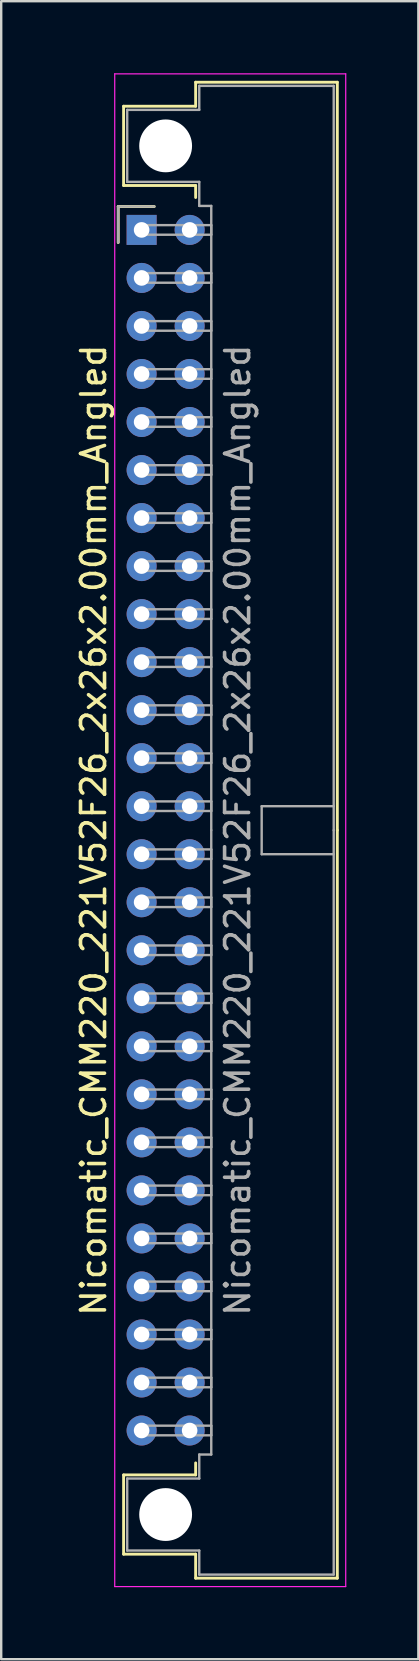
<source format=kicad_pcb>
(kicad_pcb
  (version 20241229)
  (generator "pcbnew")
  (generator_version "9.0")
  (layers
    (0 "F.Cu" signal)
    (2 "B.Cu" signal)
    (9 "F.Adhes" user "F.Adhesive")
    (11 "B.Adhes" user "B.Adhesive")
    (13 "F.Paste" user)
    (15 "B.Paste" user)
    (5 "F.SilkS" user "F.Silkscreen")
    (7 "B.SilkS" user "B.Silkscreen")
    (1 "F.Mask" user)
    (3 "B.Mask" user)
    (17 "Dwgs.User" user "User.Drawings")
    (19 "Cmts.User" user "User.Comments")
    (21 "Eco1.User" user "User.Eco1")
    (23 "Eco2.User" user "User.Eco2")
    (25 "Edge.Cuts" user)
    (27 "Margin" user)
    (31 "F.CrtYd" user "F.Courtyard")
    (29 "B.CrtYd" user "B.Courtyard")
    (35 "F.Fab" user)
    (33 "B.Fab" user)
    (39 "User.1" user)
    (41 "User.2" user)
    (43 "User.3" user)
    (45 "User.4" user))
  (footprint "Nicomatic_CMM220_221V52F26_2x26x2.00mm_Angled"
    (layer "F.Cu")
    (at 2.848 6.525)
    (property "Reference" "Nicomatic_CMM220_221V52F26_2x26x2.00mm_Angled" (at -2 25 90) (layer "F.SilkS") (effects (font (size 1 1) (thickness 0.15))))
    (attr through_hole)
    (fp_line (start -0.975 -0.975) (end -0.975 0.525) (stroke (width 0.12) (type solid)) (layer "F.SilkS"))
    (fp_line (start -0.75 -5.15) (end -0.75 -1.85) (stroke (width 0.12) (type solid)) (layer "F.SilkS"))
    (fp_line (start -0.75 -1.85) (end 2.25 -1.85) (stroke (width 0.12) (type solid)) (layer "F.SilkS"))
    (fp_line (start -0.75 51.85) (end 2.25 51.85) (stroke (width 0.12) (type solid)) (layer "F.SilkS"))
    (fp_line (start -0.75 55.15) (end -0.75 51.85) (stroke (width 0.12) (type solid)) (layer "F.SilkS"))
    (fp_line (start 0.525 -0.975) (end -0.975 -0.975) (stroke (width 0.12) (type solid)) (layer "F.SilkS"))
    (fp_line (start 2.25 -6.15) (end 2.25 -5.15) (stroke (width 0.12) (type solid)) (layer "F.SilkS"))
    (fp_line (start 2.25 -5.15) (end -0.75 -5.15) (stroke (width 0.12) (type solid)) (layer "F.SilkS"))
    (fp_line (start 2.25 -1.85) (end 2.25 -1.35) (stroke (width 0.12) (type solid)) (layer "F.SilkS"))
    (fp_line (start 2.25 51.85) (end 2.25 51.35) (stroke (width 0.12) (type solid)) (layer "F.SilkS"))
    (fp_line (start 2.25 55.15) (end -0.75 55.15) (stroke (width 0.12) (type solid)) (layer "F.SilkS"))
    (fp_line (start 2.25 56.15) (end 2.25 55.15) (stroke (width 0.12) (type solid)) (layer "F.SilkS"))
    (fp_line (start 8.15 -6.15) (end 2.25 -6.15) (stroke (width 0.12) (type solid)) (layer "F.SilkS"))
    (fp_line (start 8.15 25) (end 8.15 -6.15) (stroke (width 0.12) (type solid)) (layer "F.SilkS"))
    (fp_line (start 8.15 25) (end 8.15 56.15) (stroke (width 0.12) (type solid)) (layer "F.SilkS"))
    (fp_line (start 8.15 56.15) (end 2.25 56.15) (stroke (width 0.12) (type solid)) (layer "F.SilkS"))
    (fp_line (start -1.12 -6.5) (end -1.12 56.5) (stroke (width 0.05) (type solid)) (layer "F.CrtYd"))
    (fp_line (start -1.12 56.5) (end 8.5 56.5) (stroke (width 0.05) (type solid)) (layer "F.CrtYd"))
    (fp_line (start 8.5 -6.5) (end -1.12 -6.5) (stroke (width 0.05) (type solid)) (layer "F.CrtYd"))
    (fp_line (start 8.5 56.5) (end 8.5 -6.5) (stroke (width 0.05) (type solid)) (layer "F.CrtYd"))
    (fp_line (start -0.975 -0.975) (end -0.975 0.525) (stroke (width 0.1) (type solid)) (layer "F.Fab"))
    (fp_line (start -0.6 -5) (end -0.6 -2) (stroke (width 0.1) (type solid)) (layer "F.Fab"))
    (fp_line (start -0.6 -2) (end 2.4 -2) (stroke (width 0.1) (type solid)) (layer "F.Fab"))
    (fp_line (start -0.6 52) (end 2.4 52) (stroke (width 0.1) (type solid)) (layer "F.Fab"))
    (fp_line (start -0.6 55) (end -0.6 52) (stroke (width 0.1) (type solid)) (layer "F.Fab"))
    (fp_line (start 0 -0.2) (end 0 0.2) (stroke (width 0.1) (type solid)) (layer "F.Fab"))
    (fp_line (start 0 0.2) (end 2.9 0.2) (stroke (width 0.1) (type solid)) (layer "F.Fab"))
    (fp_line (start 0 1.8) (end 0 2.2) (stroke (width 0.1) (type solid)) (layer "F.Fab"))
    (fp_line (start 0 2.2) (end 2.9 2.2) (stroke (width 0.1) (type solid)) (layer "F.Fab"))
    (fp_line (start 0 3.8) (end 0 4.2) (stroke (width 0.1) (type solid)) (layer "F.Fab"))
    (fp_line (start 0 4.2) (end 2.9 4.2) (stroke (width 0.1) (type solid)) (layer "F.Fab"))
    (fp_line (start 0 5.8) (end 0 6.2) (stroke (width 0.1) (type solid)) (layer "F.Fab"))
    (fp_line (start 0 6.2) (end 2.9 6.2) (stroke (width 0.1) (type solid)) (layer "F.Fab"))
    (fp_line (start 0 7.8) (end 0 8.2) (stroke (width 0.1) (type solid)) (layer "F.Fab"))
    (fp_line (start 0 8.2) (end 2.9 8.2) (stroke (width 0.1) (type solid)) (layer "F.Fab"))
    (fp_line (start 0 9.8) (end 0 10.2) (stroke (width 0.1) (type solid)) (layer "F.Fab"))
    (fp_line (start 0 10.2) (end 2.9 10.2) (stroke (width 0.1) (type solid)) (layer "F.Fab"))
    (fp_line (start 0 11.8) (end 0 12.2) (stroke (width 0.1) (type solid)) (layer "F.Fab"))
    (fp_line (start 0 12.2) (end 2.9 12.2) (stroke (width 0.1) (type solid)) (layer "F.Fab"))
    (fp_line (start 0 13.8) (end 0 14.2) (stroke (width 0.1) (type solid)) (layer "F.Fab"))
    (fp_line (start 0 14.2) (end 2.9 14.2) (stroke (width 0.1) (type solid)) (layer "F.Fab"))
    (fp_line (start 0 15.8) (end 0 16.2) (stroke (width 0.1) (type solid)) (layer "F.Fab"))
    (fp_line (start 0 16.2) (end 2.9 16.2) (stroke (width 0.1) (type solid)) (layer "F.Fab"))
    (fp_line (start 0 17.8) (end 0 18.2) (stroke (width 0.1) (type solid)) (layer "F.Fab"))
    (fp_line (start 0 18.2) (end 2.9 18.2) (stroke (width 0.1) (type solid)) (layer "F.Fab"))
    (fp_line (start 0 19.8) (end 0 20.2) (stroke (width 0.1) (type solid)) (layer "F.Fab"))
    (fp_line (start 0 20.2) (end 2.9 20.2) (stroke (width 0.1) (type solid)) (layer "F.Fab"))
    (fp_line (start 0 21.8) (end 0 22.2) (stroke (width 0.1) (type solid)) (layer "F.Fab"))
    (fp_line (start 0 22.2) (end 2.9 22.2) (stroke (width 0.1) (type solid)) (layer "F.Fab"))
    (fp_line (start 0 23.8) (end 0 24.2) (stroke (width 0.1) (type solid)) (layer "F.Fab"))
    (fp_line (start 0 24.2) (end 2.9 24.2) (stroke (width 0.1) (type solid)) (layer "F.Fab"))
    (fp_line (start 0 25.8) (end 0 26.2) (stroke (width 0.1) (type solid)) (layer "F.Fab"))
    (fp_line (start 0 26.2) (end 2.9 26.2) (stroke (width 0.1) (type solid)) (layer "F.Fab"))
    (fp_line (start 0 27.8) (end 0 28.2) (stroke (width 0.1) (type solid)) (layer "F.Fab"))
    (fp_line (start 0 28.2) (end 2.9 28.2) (stroke (width 0.1) (type solid)) (layer "F.Fab"))
    (fp_line (start 0 29.8) (end 0 30.2) (stroke (width 0.1) (type solid)) (layer "F.Fab"))
    (fp_line (start 0 30.2) (end 2.9 30.2) (stroke (width 0.1) (type solid)) (layer "F.Fab"))
    (fp_line (start 0 31.8) (end 0 32.2) (stroke (width 0.1) (type solid)) (layer "F.Fab"))
    (fp_line (start 0 32.2) (end 2.9 32.2) (stroke (width 0.1) (type solid)) (layer "F.Fab"))
    (fp_line (start 0 33.8) (end 0 34.2) (stroke (width 0.1) (type solid)) (layer "F.Fab"))
    (fp_line (start 0 34.2) (end 2.9 34.2) (stroke (width 0.1) (type solid)) (layer "F.Fab"))
    (fp_line (start 0 35.8) (end 0 36.2) (stroke (width 0.1) (type solid)) (layer "F.Fab"))
    (fp_line (start 0 36.2) (end 2.9 36.2) (stroke (width 0.1) (type solid)) (layer "F.Fab"))
    (fp_line (start 0 37.8) (end 0 38.2) (stroke (width 0.1) (type solid)) (layer "F.Fab"))
    (fp_line (start 0 38.2) (end 2.9 38.2) (stroke (width 0.1) (type solid)) (layer "F.Fab"))
    (fp_line (start 0 39.8) (end 0 40.2) (stroke (width 0.1) (type solid)) (layer "F.Fab"))
    (fp_line (start 0 40.2) (end 2.9 40.2) (stroke (width 0.1) (type solid)) (layer "F.Fab"))
    (fp_line (start 0 41.8) (end 0 42.2) (stroke (width 0.1) (type solid)) (layer "F.Fab"))
    (fp_line (start 0 42.2) (end 2.9 42.2) (stroke (width 0.1) (type solid)) (layer "F.Fab"))
    (fp_line (start 0 43.8) (end 0 44.2) (stroke (width 0.1) (type solid)) (layer "F.Fab"))
    (fp_line (start 0 44.2) (end 2.9 44.2) (stroke (width 0.1) (type solid)) (layer "F.Fab"))
    (fp_line (start 0 45.8) (end 0 46.2) (stroke (width 0.1) (type solid)) (layer "F.Fab"))
    (fp_line (start 0 46.2) (end 2.9 46.2) (stroke (width 0.1) (type solid)) (layer "F.Fab"))
    (fp_line (start 0 47.8) (end 0 48.2) (stroke (width 0.1) (type solid)) (layer "F.Fab"))
    (fp_line (start 0 48.2) (end 2.9 48.2) (stroke (width 0.1) (type solid)) (layer "F.Fab"))
    (fp_line (start 0 49.8) (end 0 50.2) (stroke (width 0.1) (type solid)) (layer "F.Fab"))
    (fp_line (start 0 50.2) (end 2.9 50.2) (stroke (width 0.1) (type solid)) (layer "F.Fab"))
    (fp_line (start 0.525 -0.975) (end -0.975 -0.975) (stroke (width 0.1) (type solid)) (layer "F.Fab"))
    (fp_line (start 2.4 -6) (end 2.4 -5) (stroke (width 0.1) (type solid)) (layer "F.Fab"))
    (fp_line (start 2.4 -5) (end -0.6 -5) (stroke (width 0.1) (type solid)) (layer "F.Fab"))
    (fp_line (start 2.4 -2) (end 2.4 -1) (stroke (width 0.1) (type solid)) (layer "F.Fab"))
    (fp_line (start 2.4 -1) (end 2.9 -1) (stroke (width 0.1) (type solid)) (layer "F.Fab"))
    (fp_line (start 2.4 51) (end 2.9 51) (stroke (width 0.1) (type solid)) (layer "F.Fab"))
    (fp_line (start 2.4 52) (end 2.4 51) (stroke (width 0.1) (type solid)) (layer "F.Fab"))
    (fp_line (start 2.4 55) (end -0.6 55) (stroke (width 0.1) (type solid)) (layer "F.Fab"))
    (fp_line (start 2.4 56) (end 2.4 55) (stroke (width 0.1) (type solid)) (layer "F.Fab"))
    (fp_line (start 2.9 -1) (end 2.9 25) (stroke (width 0.1) (type solid)) (layer "F.Fab"))
    (fp_line (start 2.9 -0.2) (end 0 -0.2) (stroke (width 0.1) (type solid)) (layer "F.Fab"))
    (fp_line (start 2.9 0.2) (end 2.9 -0.2) (stroke (width 0.1) (type solid)) (layer "F.Fab"))
    (fp_line (start 2.9 1.8) (end 0 1.8) (stroke (width 0.1) (type solid)) (layer "F.Fab"))
    (fp_line (start 2.9 2.2) (end 2.9 1.8) (stroke (width 0.1) (type solid)) (layer "F.Fab"))
    (fp_line (start 2.9 3.8) (end 0 3.8) (stroke (width 0.1) (type solid)) (layer "F.Fab"))
    (fp_line (start 2.9 4.2) (end 2.9 3.8) (stroke (width 0.1) (type solid)) (layer "F.Fab"))
    (fp_line (start 2.9 5.8) (end 0 5.8) (stroke (width 0.1) (type solid)) (layer "F.Fab"))
    (fp_line (start 2.9 6.2) (end 2.9 5.8) (stroke (width 0.1) (type solid)) (layer "F.Fab"))
    (fp_line (start 2.9 7.8) (end 0 7.8) (stroke (width 0.1) (type solid)) (layer "F.Fab"))
    (fp_line (start 2.9 8.2) (end 2.9 7.8) (stroke (width 0.1) (type solid)) (layer "F.Fab"))
    (fp_line (start 2.9 9.8) (end 0 9.8) (stroke (width 0.1) (type solid)) (layer "F.Fab"))
    (fp_line (start 2.9 10.2) (end 2.9 9.8) (stroke (width 0.1) (type solid)) (layer "F.Fab"))
    (fp_line (start 2.9 11.8) (end 0 11.8) (stroke (width 0.1) (type solid)) (layer "F.Fab"))
    (fp_line (start 2.9 12.2) (end 2.9 11.8) (stroke (width 0.1) (type solid)) (layer "F.Fab"))
    (fp_line (start 2.9 13.8) (end 0 13.8) (stroke (width 0.1) (type solid)) (layer "F.Fab"))
    (fp_line (start 2.9 14.2) (end 2.9 13.8) (stroke (width 0.1) (type solid)) (layer "F.Fab"))
    (fp_line (start 2.9 15.8) (end 0 15.8) (stroke (width 0.1) (type solid)) (layer "F.Fab"))
    (fp_line (start 2.9 16.2) (end 2.9 15.8) (stroke (width 0.1) (type solid)) (layer "F.Fab"))
    (fp_line (start 2.9 17.8) (end 0 17.8) (stroke (width 0.1) (type solid)) (layer "F.Fab"))
    (fp_line (start 2.9 18.2) (end 2.9 17.8) (stroke (width 0.1) (type solid)) (layer "F.Fab"))
    (fp_line (start 2.9 19.8) (end 0 19.8) (stroke (width 0.1) (type solid)) (layer "F.Fab"))
    (fp_line (start 2.9 20.2) (end 2.9 19.8) (stroke (width 0.1) (type solid)) (layer "F.Fab"))
    (fp_line (start 2.9 21.8) (end 0 21.8) (stroke (width 0.1) (type solid)) (layer "F.Fab"))
    (fp_line (start 2.9 22.2) (end 2.9 21.8) (stroke (width 0.1) (type solid)) (layer "F.Fab"))
    (fp_line (start 2.9 23.8) (end 0 23.8) (stroke (width 0.1) (type solid)) (layer "F.Fab"))
    (fp_line (start 2.9 24.2) (end 2.9 23.8) (stroke (width 0.1) (type solid)) (layer "F.Fab"))
    (fp_line (start 2.9 25.8) (end 0 25.8) (stroke (width 0.1) (type solid)) (layer "F.Fab"))
    (fp_line (start 2.9 26.2) (end 2.9 25.8) (stroke (width 0.1) (type solid)) (layer "F.Fab"))
    (fp_line (start 2.9 27.8) (end 0 27.8) (stroke (width 0.1) (type solid)) (layer "F.Fab"))
    (fp_line (start 2.9 28.2) (end 2.9 27.8) (stroke (width 0.1) (type solid)) (layer "F.Fab"))
    (fp_line (start 2.9 29.8) (end 0 29.8) (stroke (width 0.1) (type solid)) (layer "F.Fab"))
    (fp_line (start 2.9 30.2) (end 2.9 29.8) (stroke (width 0.1) (type solid)) (layer "F.Fab"))
    (fp_line (start 2.9 31.8) (end 0 31.8) (stroke (width 0.1) (type solid)) (layer "F.Fab"))
    (fp_line (start 2.9 32.2) (end 2.9 31.8) (stroke (width 0.1) (type solid)) (layer "F.Fab"))
    (fp_line (start 2.9 33.8) (end 0 33.8) (stroke (width 0.1) (type solid)) (layer "F.Fab"))
    (fp_line (start 2.9 34.2) (end 2.9 33.8) (stroke (width 0.1) (type solid)) (layer "F.Fab"))
    (fp_line (start 2.9 35.8) (end 0 35.8) (stroke (width 0.1) (type solid)) (layer "F.Fab"))
    (fp_line (start 2.9 36.2) (end 2.9 35.8) (stroke (width 0.1) (type solid)) (layer "F.Fab"))
    (fp_line (start 2.9 37.8) (end 0 37.8) (stroke (width 0.1) (type solid)) (layer "F.Fab"))
    (fp_line (start 2.9 38.2) (end 2.9 37.8) (stroke (width 0.1) (type solid)) (layer "F.Fab"))
    (fp_line (start 2.9 39.8) (end 0 39.8) (stroke (width 0.1) (type solid)) (layer "F.Fab"))
    (fp_line (start 2.9 40.2) (end 2.9 39.8) (stroke (width 0.1) (type solid)) (layer "F.Fab"))
    (fp_line (start 2.9 41.8) (end 0 41.8) (stroke (width 0.1) (type solid)) (layer "F.Fab"))
    (fp_line (start 2.9 42.2) (end 2.9 41.8) (stroke (width 0.1) (type solid)) (layer "F.Fab"))
    (fp_line (start 2.9 43.8) (end 0 43.8) (stroke (width 0.1) (type solid)) (layer "F.Fab"))
    (fp_line (start 2.9 44.2) (end 2.9 43.8) (stroke (width 0.1) (type solid)) (layer "F.Fab"))
    (fp_line (start 2.9 45.8) (end 0 45.8) (stroke (width 0.1) (type solid)) (layer "F.Fab"))
    (fp_line (start 2.9 46.2) (end 2.9 45.8) (stroke (width 0.1) (type solid)) (layer "F.Fab"))
    (fp_line (start 2.9 47.8) (end 0 47.8) (stroke (width 0.1) (type solid)) (layer "F.Fab"))
    (fp_line (start 2.9 48.2) (end 2.9 47.8) (stroke (width 0.1) (type solid)) (layer "F.Fab"))
    (fp_line (start 2.9 49.8) (end 0 49.8) (stroke (width 0.1) (type solid)) (layer "F.Fab"))
    (fp_line (start 2.9 50.2) (end 2.9 49.8) (stroke (width 0.1) (type solid)) (layer "F.Fab"))
    (fp_line (start 2.9 51) (end 2.9 25) (stroke (width 0.1) (type solid)) (layer "F.Fab"))
    (fp_line (start 5 24) (end 5 26) (stroke (width 0.1) (type solid)) (layer "F.Fab"))
    (fp_line (start 5 26) (end 8 26) (stroke (width 0.1) (type solid)) (layer "F.Fab"))
    (fp_line (start 8 -6) (end 2.4 -6) (stroke (width 0.1) (type solid)) (layer "F.Fab"))
    (fp_line (start 8 24) (end 5 24) (stroke (width 0.1) (type solid)) (layer "F.Fab"))
    (fp_line (start 8 25) (end 8 -6) (stroke (width 0.1) (type solid)) (layer "F.Fab"))
    (fp_line (start 8 25) (end 8 56) (stroke (width 0.1) (type solid)) (layer "F.Fab"))
    (fp_line (start 8 56) (end 2.4 56) (stroke (width 0.1) (type solid)) (layer "F.Fab"))
    (fp_text user "${REFERENCE}" (at 4 25 90) (layer "F.Fab") (effects (font (size 1 1) (thickness 0.15))))
    (pad "" np_thru_hole circle (at 1 -3.5) (size 2.2 2.2) (drill 2.2) (layers "*.Cu" "*.Mask"))
    (pad "" np_thru_hole circle (at 1 53.5) (size 2.2 2.2) (drill 2.2) (layers "*.Cu" "*.Mask"))
    (pad "1" thru_hole rect (at 0 0) (size 1.25 1.25) (drill 0.65) (layers "*.Cu" "*.Mask"))
    (pad "2" thru_hole oval (at 0 2) (size 1.25 1.25) (drill 0.65) (layers "*.Cu" "*.Mask"))
    (pad "3" thru_hole oval (at 0 4) (size 1.25 1.25) (drill 0.65) (layers "*.Cu" "*.Mask"))
    (pad "4" thru_hole oval (at 0 6) (size 1.25 1.25) (drill 0.65) (layers "*.Cu" "*.Mask"))
    (pad "5" thru_hole oval (at 0 8) (size 1.25 1.25) (drill 0.65) (layers "*.Cu" "*.Mask"))
    (pad "6" thru_hole oval (at 0 10) (size 1.25 1.25) (drill 0.65) (layers "*.Cu" "*.Mask"))
    (pad "7" thru_hole oval (at 0 12) (size 1.25 1.25) (drill 0.65) (layers "*.Cu" "*.Mask"))
    (pad "8" thru_hole oval (at 0 14) (size 1.25 1.25) (drill 0.65) (layers "*.Cu" "*.Mask"))
    (pad "9" thru_hole oval (at 0 16) (size 1.25 1.25) (drill 0.65) (layers "*.Cu" "*.Mask"))
    (pad "10" thru_hole oval (at 0 18) (size 1.25 1.25) (drill 0.65) (layers "*.Cu" "*.Mask"))
    (pad "11" thru_hole oval (at 0 20) (size 1.25 1.25) (drill 0.65) (layers "*.Cu" "*.Mask"))
    (pad "12" thru_hole oval (at 0 22) (size 1.25 1.25) (drill 0.65) (layers "*.Cu" "*.Mask"))
    (pad "13" thru_hole oval (at 0 24) (size 1.25 1.25) (drill 0.65) (layers "*.Cu" "*.Mask"))
    (pad "14" thru_hole oval (at 0 26) (size 1.25 1.25) (drill 0.65) (layers "*.Cu" "*.Mask"))
    (pad "15" thru_hole oval (at 0 28) (size 1.25 1.25) (drill 0.65) (layers "*.Cu" "*.Mask"))
    (pad "16" thru_hole oval (at 0 30) (size 1.25 1.25) (drill 0.65) (layers "*.Cu" "*.Mask"))
    (pad "17" thru_hole oval (at 0 32) (size 1.25 1.25) (drill 0.65) (layers "*.Cu" "*.Mask"))
    (pad "18" thru_hole oval (at 0 34) (size 1.25 1.25) (drill 0.65) (layers "*.Cu" "*.Mask"))
    (pad "19" thru_hole oval (at 0 36) (size 1.25 1.25) (drill 0.65) (layers "*.Cu" "*.Mask"))
    (pad "20" thru_hole oval (at 0 38) (size 1.25 1.25) (drill 0.65) (layers "*.Cu" "*.Mask"))
    (pad "21" thru_hole oval (at 0 40) (size 1.25 1.25) (drill 0.65) (layers "*.Cu" "*.Mask"))
    (pad "22" thru_hole oval (at 0 42) (size 1.25 1.25) (drill 0.65) (layers "*.Cu" "*.Mask"))
    (pad "23" thru_hole oval (at 0 44) (size 1.25 1.25) (drill 0.65) (layers "*.Cu" "*.Mask"))
    (pad "24" thru_hole oval (at 0 46) (size 1.25 1.25) (drill 0.65) (layers "*.Cu" "*.Mask"))
    (pad "25" thru_hole oval (at 0 48) (size 1.25 1.25) (drill 0.65) (layers "*.Cu" "*.Mask"))
    (pad "26" thru_hole oval (at 0 50) (size 1.25 1.25) (drill 0.65) (layers "*.Cu" "*.Mask"))
    (pad "27" thru_hole oval (at 2 0) (size 1.25 1.25) (drill 0.65) (layers "*.Cu" "*.Mask"))
    (pad "28" thru_hole oval (at 2 2) (size 1.25 1.25) (drill 0.65) (layers "*.Cu" "*.Mask"))
    (pad "29" thru_hole oval (at 2 4) (size 1.25 1.25) (drill 0.65) (layers "*.Cu" "*.Mask"))
    (pad "30" thru_hole oval (at 2 6) (size 1.25 1.25) (drill 0.65) (layers "*.Cu" "*.Mask"))
    (pad "31" thru_hole oval (at 2 8) (size 1.25 1.25) (drill 0.65) (layers "*.Cu" "*.Mask"))
    (pad "32" thru_hole oval (at 2 10) (size 1.25 1.25) (drill 0.65) (layers "*.Cu" "*.Mask"))
    (pad "33" thru_hole oval (at 2 12) (size 1.25 1.25) (drill 0.65) (layers "*.Cu" "*.Mask"))
    (pad "34" thru_hole oval (at 2 14) (size 1.25 1.25) (drill 0.65) (layers "*.Cu" "*.Mask"))
    (pad "35" thru_hole oval (at 2 16) (size 1.25 1.25) (drill 0.65) (layers "*.Cu" "*.Mask"))
    (pad "36" thru_hole oval (at 2 18) (size 1.25 1.25) (drill 0.65) (layers "*.Cu" "*.Mask"))
    (pad "37" thru_hole oval (at 2 20) (size 1.25 1.25) (drill 0.65) (layers "*.Cu" "*.Mask"))
    (pad "38" thru_hole oval (at 2 22) (size 1.25 1.25) (drill 0.65) (layers "*.Cu" "*.Mask"))
    (pad "39" thru_hole oval (at 2 24) (size 1.25 1.25) (drill 0.65) (layers "*.Cu" "*.Mask"))
    (pad "40" thru_hole oval (at 2 26) (size 1.25 1.25) (drill 0.65) (layers "*.Cu" "*.Mask"))
    (pad "41" thru_hole oval (at 2 28) (size 1.25 1.25) (drill 0.65) (layers "*.Cu" "*.Mask"))
    (pad "42" thru_hole oval (at 2 30) (size 1.25 1.25) (drill 0.65) (layers "*.Cu" "*.Mask"))
    (pad "43" thru_hole oval (at 2 32) (size 1.25 1.25) (drill 0.65) (layers "*.Cu" "*.Mask"))
    (pad "44" thru_hole oval (at 2 34) (size 1.25 1.25) (drill 0.65) (layers "*.Cu" "*.Mask"))
    (pad "45" thru_hole oval (at 2 36) (size 1.25 1.25) (drill 0.65) (layers "*.Cu" "*.Mask"))
    (pad "46" thru_hole oval (at 2 38) (size 1.25 1.25) (drill 0.65) (layers "*.Cu" "*.Mask"))
    (pad "47" thru_hole oval (at 2 40) (size 1.25 1.25) (drill 0.65) (layers "*.Cu" "*.Mask"))
    (pad "48" thru_hole oval (at 2 42) (size 1.25 1.25) (drill 0.65) (layers "*.Cu" "*.Mask"))
    (pad "49" thru_hole oval (at 2 44) (size 1.25 1.25) (drill 0.65) (layers "*.Cu" "*.Mask"))
    (pad "50" thru_hole oval (at 2 46) (size 1.25 1.25) (drill 0.65) (layers "*.Cu" "*.Mask"))
    (pad "51" thru_hole oval (at 2 48) (size 1.25 1.25) (drill 0.65) (layers "*.Cu" "*.Mask"))
    (pad "52" thru_hole oval (at 2 50) (size 1.25 1.25) (drill 0.65) (layers "*.Cu" "*.Mask")))
  (gr_rect
    (start -3 -3)
    (end 14.373 66.05)
    (stroke (width 0.1) (type default))
    (fill no)
    (layer "Edge.Cuts")))
</source>
